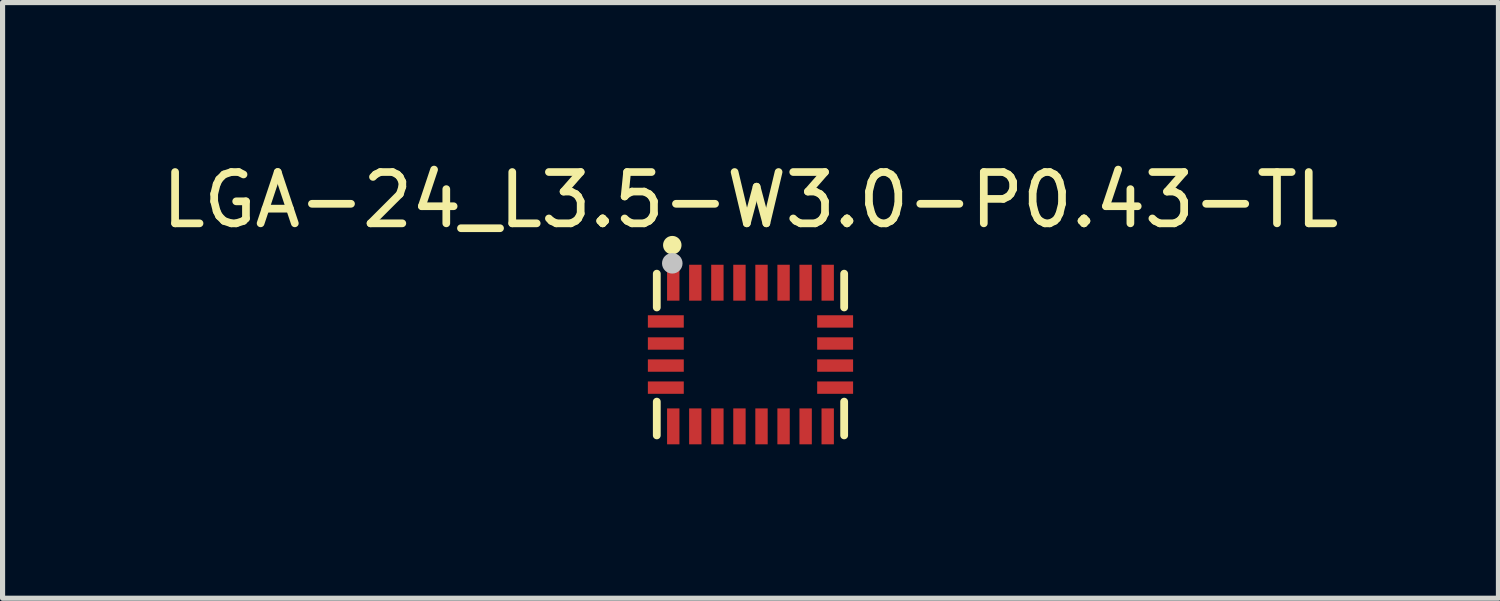
<source format=kicad_pcb>
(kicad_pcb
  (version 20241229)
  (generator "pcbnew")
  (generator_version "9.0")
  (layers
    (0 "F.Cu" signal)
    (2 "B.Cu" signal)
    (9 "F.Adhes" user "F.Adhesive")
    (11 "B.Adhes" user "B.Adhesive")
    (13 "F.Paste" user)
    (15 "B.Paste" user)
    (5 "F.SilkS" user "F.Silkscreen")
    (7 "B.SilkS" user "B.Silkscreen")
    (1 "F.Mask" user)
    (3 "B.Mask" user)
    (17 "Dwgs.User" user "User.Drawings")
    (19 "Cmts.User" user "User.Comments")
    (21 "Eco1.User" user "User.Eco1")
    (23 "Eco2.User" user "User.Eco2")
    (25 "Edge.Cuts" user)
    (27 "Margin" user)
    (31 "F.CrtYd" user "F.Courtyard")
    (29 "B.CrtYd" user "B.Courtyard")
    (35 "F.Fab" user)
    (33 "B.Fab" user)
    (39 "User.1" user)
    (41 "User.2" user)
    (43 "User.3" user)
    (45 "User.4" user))
  (footprint "LGA-24_L3.5-W3.0-P0.43-TL"
    (layer "F.Cu")
    (at 11.577 3.86)
    (property "Reference" "LGA-24_L3.5-W3.0-P0.43-TL" (at 0 -3.012 0) (layer "F.SilkS") (effects (font (size 1 1) (thickness 0.15))))
    (fp_line (start -1.826 -1.576) (end -1.826 -0.918) (stroke (width 0.152) (type default)) (layer "F.SilkS"))
    (fp_line (start -1.826 1.576) (end -1.826 0.918) (stroke (width 0.152) (type default)) (layer "F.SilkS"))
    (fp_line (start 1.826 -1.576) (end 1.826 -0.918) (stroke (width 0.152) (type default)) (layer "F.SilkS"))
    (fp_line (start 1.826 1.576) (end 1.826 0.918) (stroke (width 0.152) (type default)) (layer "F.SilkS"))
    (fp_circle (center -1.524 -2.132) (end -1.434 -2.132) (stroke (width 0.18) (type default)) (fill no) (layer "F.SilkS"))
    (fp_circle (center -1.524 -1.778) (end -1.424 -1.778) (stroke (width 0.2) (type default)) (fill no) (layer "Dwgs.User"))
    (fp_poly (pts (xy -1.65 -0.53) (xy -1.3 -0.53) (xy -1.3 -0.76) (xy -1.65 -0.76)) (stroke (width 0.1) (type default)) (fill no) (layer "User.1"))
    (fp_poly (pts (xy -1.65 -0.1) (xy -1.3 -0.1) (xy -1.3 -0.33) (xy -1.65 -0.33)) (stroke (width 0.1) (type default)) (fill no) (layer "User.1"))
    (fp_poly (pts (xy -1.65 0.33) (xy -1.3 0.33) (xy -1.3 0.1) (xy -1.65 0.1)) (stroke (width 0.1) (type default)) (fill no) (layer "User.1"))
    (fp_poly (pts (xy -1.65 0.76) (xy -1.3 0.76) (xy -1.3 0.53) (xy -1.65 0.53)) (stroke (width 0.1) (type default)) (fill no) (layer "User.1"))
    (fp_poly (pts (xy -1.62 -1.4) (xy -1.39 -1.4) (xy -1.39 -1.05) (xy -1.62 -1.05)) (stroke (width 0.1) (type default)) (fill no) (layer "User.1"))
    (fp_poly (pts (xy -1.62 1.4) (xy -1.39 1.4) (xy -1.39 1.05) (xy -1.62 1.05)) (stroke (width 0.1) (type default)) (fill no) (layer "User.1"))
    (fp_poly (pts (xy -1.19 -1.4) (xy -0.96 -1.4) (xy -0.96 -1.05) (xy -1.19 -1.05)) (stroke (width 0.1) (type default)) (fill no) (layer "User.1"))
    (fp_poly (pts (xy -1.19 1.4) (xy -0.96 1.4) (xy -0.96 1.05) (xy -1.19 1.05)) (stroke (width 0.1) (type default)) (fill no) (layer "User.1"))
    (fp_poly (pts (xy -0.76 -1.4) (xy -0.53 -1.4) (xy -0.53 -1.05) (xy -0.76 -1.05)) (stroke (width 0.1) (type default)) (fill no) (layer "User.1"))
    (fp_poly (pts (xy -0.76 1.4) (xy -0.53 1.4) (xy -0.53 1.05) (xy -0.76 1.05)) (stroke (width 0.1) (type default)) (fill no) (layer "User.1"))
    (fp_poly (pts (xy -0.33 -1.4) (xy -0.1 -1.4) (xy -0.1 -1.05) (xy -0.33 -1.05)) (stroke (width 0.1) (type default)) (fill no) (layer "User.1"))
    (fp_poly (pts (xy -0.33 1.4) (xy -0.1 1.4) (xy -0.1 1.05) (xy -0.33 1.05)) (stroke (width 0.1) (type default)) (fill no) (layer "User.1"))
    (fp_poly (pts (xy 0.1 -1.4) (xy 0.33 -1.4) (xy 0.33 -1.05) (xy 0.1 -1.05)) (stroke (width 0.1) (type default)) (fill no) (layer "User.1"))
    (fp_poly (pts (xy 0.1 1.4) (xy 0.33 1.4) (xy 0.33 1.05) (xy 0.1 1.05)) (stroke (width 0.1) (type default)) (fill no) (layer "User.1"))
    (fp_poly (pts (xy 0.53 -1.4) (xy 0.76 -1.4) (xy 0.76 -1.05) (xy 0.53 -1.05)) (stroke (width 0.1) (type default)) (fill no) (layer "User.1"))
    (fp_poly (pts (xy 0.53 1.4) (xy 0.76 1.4) (xy 0.76 1.05) (xy 0.53 1.05)) (stroke (width 0.1) (type default)) (fill no) (layer "User.1"))
    (fp_poly (pts (xy 0.96 -1.4) (xy 1.19 -1.4) (xy 1.19 -1.05) (xy 0.96 -1.05)) (stroke (width 0.1) (type default)) (fill no) (layer "User.1"))
    (fp_poly (pts (xy 0.96 1.4) (xy 1.19 1.4) (xy 1.19 1.05) (xy 0.96 1.05)) (stroke (width 0.1) (type default)) (fill no) (layer "User.1"))
    (fp_poly (pts (xy 1.39 -1.4) (xy 1.62 -1.4) (xy 1.62 -1.05) (xy 1.39 -1.05)) (stroke (width 0.1) (type default)) (fill no) (layer "User.1"))
    (fp_poly (pts (xy 1.39 1.4) (xy 1.62 1.4) (xy 1.62 1.05) (xy 1.39 1.05)) (stroke (width 0.1) (type default)) (fill no) (layer "User.1"))
    (fp_poly (pts (xy 1.65 -0.53) (xy 1.3 -0.53) (xy 1.3 -0.76) (xy 1.65 -0.76)) (stroke (width 0.1) (type default)) (fill no) (layer "User.1"))
    (fp_poly (pts (xy 1.65 -0.1) (xy 1.3 -0.1) (xy 1.3 -0.33) (xy 1.65 -0.33)) (stroke (width 0.1) (type default)) (fill no) (layer "User.1"))
    (fp_poly (pts (xy 1.65 0.33) (xy 1.3 0.33) (xy 1.3 0.1) (xy 1.65 0.1)) (stroke (width 0.1) (type default)) (fill no) (layer "User.1"))
    (fp_poly (pts (xy 1.65 0.76) (xy 1.3 0.76) (xy 1.3 0.53) (xy 1.65 0.53)) (stroke (width 0.1) (type default)) (fill no) (layer "User.1"))
    (fp_line (start -1.75 -1.5) (end -1.75 1.5) (stroke (width 0.051) (type default)) (layer "User.2"))
    (fp_line (start -1.75 1.5) (end 1.75 1.5) (stroke (width 0.051) (type default)) (layer "User.2"))
    (fp_line (start 1.75 -1.5) (end -1.75 -1.5) (stroke (width 0.051) (type default)) (layer "User.2"))
    (fp_line (start 1.75 1.5) (end 1.75 -1.5) (stroke (width 0.051) (type default)) (layer "User.2"))
    (fp_poly (pts (xy -1.695 -1.523) (xy -1.727 -1.555) (xy -1.773 -1.555) (xy -1.805 -1.523) (xy -1.805 -1.477) (xy -1.773 -1.445) (xy -1.727 -1.445) (xy -1.695 -1.477)) (stroke (width 0.1) (type default)) (fill no) (layer "User.3"))
    (pad "1" smd rect (at -1.505 -1.4) (size 0.241 0.7) (layers "F.Cu" "F.Mask" "F.Paste"))
    (pad "2" smd rect (at -1.65 -0.645) (size 0.7 0.241) (layers "F.Cu" "F.Mask" "F.Paste"))
    (pad "3" smd rect (at -1.65 -0.215) (size 0.7 0.241) (layers "F.Cu" "F.Mask" "F.Paste"))
    (pad "4" smd rect (at -1.65 0.215) (size 0.7 0.241) (layers "F.Cu" "F.Mask" "F.Paste"))
    (pad "5" smd rect (at -1.65 0.645) (size 0.7 0.241) (layers "F.Cu" "F.Mask" "F.Paste"))
    (pad "6" smd rect (at -1.505 1.4) (size 0.241 0.7) (layers "F.Cu" "F.Mask" "F.Paste"))
    (pad "7" smd rect (at -1.075 1.4) (size 0.241 0.7) (layers "F.Cu" "F.Mask" "F.Paste"))
    (pad "8" smd rect (at -0.645 1.4) (size 0.241 0.7) (layers "F.Cu" "F.Mask" "F.Paste"))
    (pad "9" smd rect (at -0.215 1.4) (size 0.241 0.7) (layers "F.Cu" "F.Mask" "F.Paste"))
    (pad "10" smd rect (at 0.215 1.4) (size 0.241 0.7) (layers "F.Cu" "F.Mask" "F.Paste"))
    (pad "11" smd rect (at 0.645 1.4) (size 0.241 0.7) (layers "F.Cu" "F.Mask" "F.Paste"))
    (pad "12" smd rect (at 1.075 1.4) (size 0.241 0.7) (layers "F.Cu" "F.Mask" "F.Paste"))
    (pad "13" smd rect (at 1.505 1.4) (size 0.241 0.7) (layers "F.Cu" "F.Mask" "F.Paste"))
    (pad "14" smd rect (at 1.65 0.645) (size 0.7 0.241) (layers "F.Cu" "F.Mask" "F.Paste"))
    (pad "15" smd rect (at 1.65 0.215) (size 0.7 0.241) (layers "F.Cu" "F.Mask" "F.Paste"))
    (pad "16" smd rect (at 1.65 -0.215) (size 0.7 0.241) (layers "F.Cu" "F.Mask" "F.Paste"))
    (pad "17" smd rect (at 1.65 -0.645) (size 0.7 0.241) (layers "F.Cu" "F.Mask" "F.Paste"))
    (pad "18" smd rect (at 1.505 -1.4) (size 0.241 0.7) (layers "F.Cu" "F.Mask" "F.Paste"))
    (pad "19" smd rect (at 1.075 -1.4) (size 0.241 0.7) (layers "F.Cu" "F.Mask" "F.Paste"))
    (pad "20" smd rect (at 0.645 -1.4) (size 0.241 0.7) (layers "F.Cu" "F.Mask" "F.Paste"))
    (pad "21" smd rect (at 0.215 -1.4) (size 0.241 0.7) (layers "F.Cu" "F.Mask" "F.Paste"))
    (pad "22" smd rect (at -0.215 -1.4) (size 0.241 0.7) (layers "F.Cu" "F.Mask" "F.Paste"))
    (pad "23" smd rect (at -0.645 -1.4) (size 0.241 0.7) (layers "F.Cu" "F.Mask" "F.Paste"))
    (pad "24" smd rect (at -1.075 -1.4) (size 0.241 0.7) (layers "F.Cu" "F.Mask" "F.Paste")))
  (gr_rect
    (start -3 -3)
    (end 26.155 8.61)
    (stroke (width 0.1) (type default))
    (fill no)
    (layer "Edge.Cuts")))
</source>
